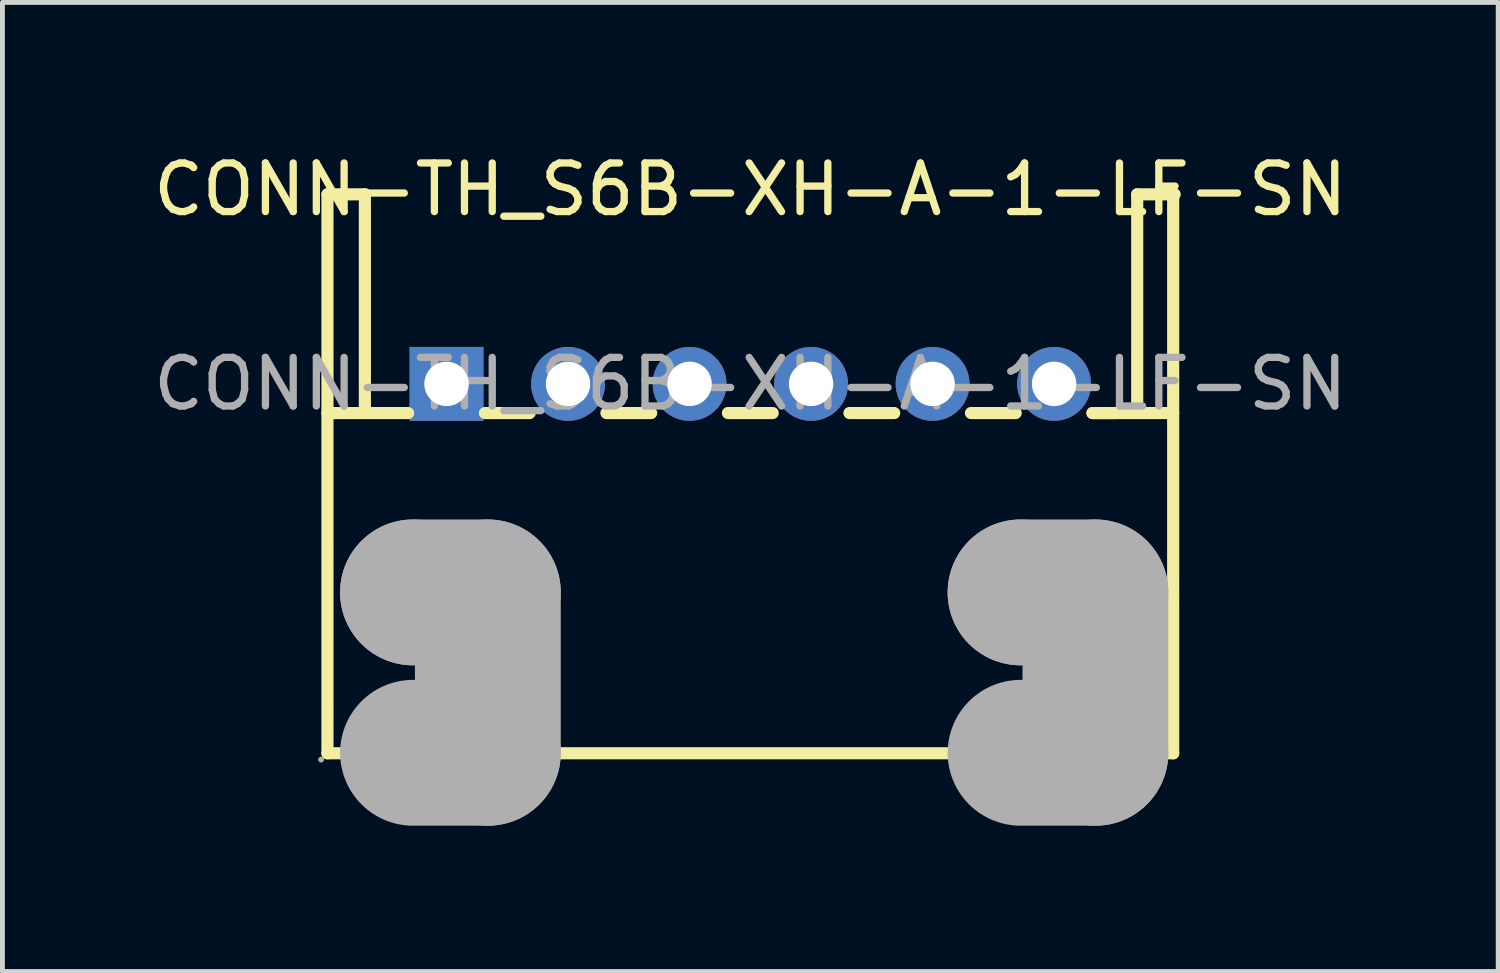
<source format=kicad_pcb>
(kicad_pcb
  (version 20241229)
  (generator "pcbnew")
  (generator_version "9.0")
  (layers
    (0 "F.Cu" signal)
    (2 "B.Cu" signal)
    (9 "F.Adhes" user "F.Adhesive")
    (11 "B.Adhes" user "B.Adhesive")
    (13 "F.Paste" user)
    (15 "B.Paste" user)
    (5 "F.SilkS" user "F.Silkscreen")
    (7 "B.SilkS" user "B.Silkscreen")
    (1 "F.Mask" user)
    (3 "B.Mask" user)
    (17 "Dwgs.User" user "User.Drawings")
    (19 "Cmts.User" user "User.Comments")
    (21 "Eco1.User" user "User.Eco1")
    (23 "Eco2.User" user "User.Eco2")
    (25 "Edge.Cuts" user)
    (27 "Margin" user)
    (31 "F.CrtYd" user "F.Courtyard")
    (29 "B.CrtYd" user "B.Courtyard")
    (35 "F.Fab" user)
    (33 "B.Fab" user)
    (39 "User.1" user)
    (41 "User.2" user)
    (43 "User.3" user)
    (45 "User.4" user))
  (footprint "CONN-TH_S6B-XH-A-1-LF-SN"
    (layer "F.Cu")
    (at 12.387 4.848)
    (property "Reference" "CONN-TH_S6B-XH-A-1-LF-SN" (at 0 -4 0) (layer "F.SilkS") (effects (font (size 1 1) (thickness 0.15))))
    (attr smd)
    (fp_line (start -8.7 -3.9) (end -7.93 -3.9) (stroke (width 0.25) (type solid)) (layer "F.SilkS"))
    (fp_line (start -8.7 7.6) (end -8.7 -3.9) (stroke (width 0.25) (type solid)) (layer "F.SilkS"))
    (fp_line (start -8.7 7.6) (end 8.7 7.6) (stroke (width 0.25) (type solid)) (layer "F.SilkS"))
    (fp_line (start -7.93 -3.9) (end -7.93 0.6) (stroke (width 0.25) (type solid)) (layer "F.SilkS"))
    (fp_line (start -7.04 0.6) (end -8.7 0.6) (stroke (width 0.25) (type solid)) (layer "F.SilkS"))
    (fp_line (start -5.46 0.6) (end -4.54 0.6) (stroke (width 0.25) (type solid)) (layer "F.SilkS"))
    (fp_line (start -2.96 0.6) (end -2.04 0.6) (stroke (width 0.25) (type solid)) (layer "F.SilkS"))
    (fp_line (start -0.46 0.6) (end 0.46 0.6) (stroke (width 0.25) (type solid)) (layer "F.SilkS"))
    (fp_line (start 2.04 0.6) (end 2.96 0.6) (stroke (width 0.25) (type solid)) (layer "F.SilkS"))
    (fp_line (start 4.54 0.6) (end 5.46 0.6) (stroke (width 0.25) (type solid)) (layer "F.SilkS"))
    (fp_line (start 7.04 0.6) (end 7.5 0.6) (stroke (width 0.25) (type solid)) (layer "F.SilkS"))
    (fp_line (start 7.04 0.6) (end 8.7 0.6) (stroke (width 0.25) (type solid)) (layer "F.SilkS"))
    (fp_line (start 7.96 -3.9) (end 7.96 0.6) (stroke (width 0.25) (type solid)) (layer "F.SilkS"))
    (fp_line (start 8.7 7.6) (end 8.7 -3.9) (stroke (width 0.25) (type solid)) (layer "F.SilkS"))
    (fp_line (start 8.73 -3.9) (end 7.96 -3.9) (stroke (width 0.25) (type solid)) (layer "F.SilkS"))
    (fp_line (start -6.94 4.29) (end -6.94 4.29) (stroke (width 3) (type solid)) (layer "F.Fab"))
    (fp_line (start -6.94 4.29) (end -5.4 4.29) (stroke (width 3) (type solid)) (layer "F.Fab"))
    (fp_line (start -5.4 4.29) (end -5.4 7.59) (stroke (width 3) (type solid)) (layer "F.Fab"))
    (fp_line (start -5.4 7.59) (end -6.94 7.59) (stroke (width 3) (type solid)) (layer "F.Fab"))
    (fp_line (start 5.56 4.29) (end 5.56 4.29) (stroke (width 3) (type solid)) (layer "F.Fab"))
    (fp_line (start 5.56 4.29) (end 7.1 4.29) (stroke (width 3) (type solid)) (layer "F.Fab"))
    (fp_line (start 7.1 4.29) (end 7.1 7.59) (stroke (width 3) (type solid)) (layer "F.Fab"))
    (fp_line (start 7.1 7.59) (end 5.56 7.59) (stroke (width 3) (type solid)) (layer "F.Fab"))
    (fp_circle (center -8.83 7.73) (end -8.8 7.73) (stroke (width 0.06) (type solid)) (fill no) (layer "F.Fab"))
    (fp_circle (center -6.25 0) (end -6.07 0) (stroke (width 0.36) (type solid)) (fill no) (layer "F.Fab"))
    (fp_circle (center -3.75 0) (end -3.57 0) (stroke (width 0.36) (type solid)) (fill no) (layer "F.Fab"))
    (fp_circle (center -1.25 0) (end -1.07 0) (stroke (width 0.36) (type solid)) (fill no) (layer "F.Fab"))
    (fp_circle (center 1.25 0) (end 1.43 0) (stroke (width 0.36) (type solid)) (fill no) (layer "F.Fab"))
    (fp_circle (center 3.75 0) (end 3.93 0) (stroke (width 0.36) (type solid)) (fill no) (layer "F.Fab"))
    (fp_circle (center 6.25 0) (end 6.43 0) (stroke (width 0.36) (type solid)) (fill no) (layer "F.Fab"))
    (fp_text user "${REFERENCE}" (at 0 0 0) (layer "F.Fab") (effects (font (size 1 1) (thickness 0.15))))
    (pad "1" thru_hole rect (at -6.25 0) (size 1.52 1.52) (drill 0.914) (layers "*.Cu" "*.Paste" "*.Mask"))
    (pad "2" thru_hole circle (at -3.75 0) (size 1.52 1.52) (drill 0.914) (layers "*.Cu" "*.Paste" "*.Mask"))
    (pad "3" thru_hole circle (at -1.25 0) (size 1.52 1.52) (drill 0.914) (layers "*.Cu" "*.Paste" "*.Mask"))
    (pad "4" thru_hole circle (at 1.25 0) (size 1.52 1.52) (drill 0.914) (layers "*.Cu" "*.Paste" "*.Mask"))
    (pad "5" thru_hole circle (at 3.75 0) (size 1.52 1.52) (drill 0.914) (layers "*.Cu" "*.Paste" "*.Mask"))
    (pad "6" thru_hole circle (at 6.25 0) (size 1.52 1.52) (drill 0.914) (layers "*.Cu" "*.Paste" "*.Mask")))
  (gr_rect
    (start -3 -3)
    (end 27.774 16.938)
    (stroke (width 0.1) (type default))
    (fill no)
    (layer "Edge.Cuts")))
</source>
